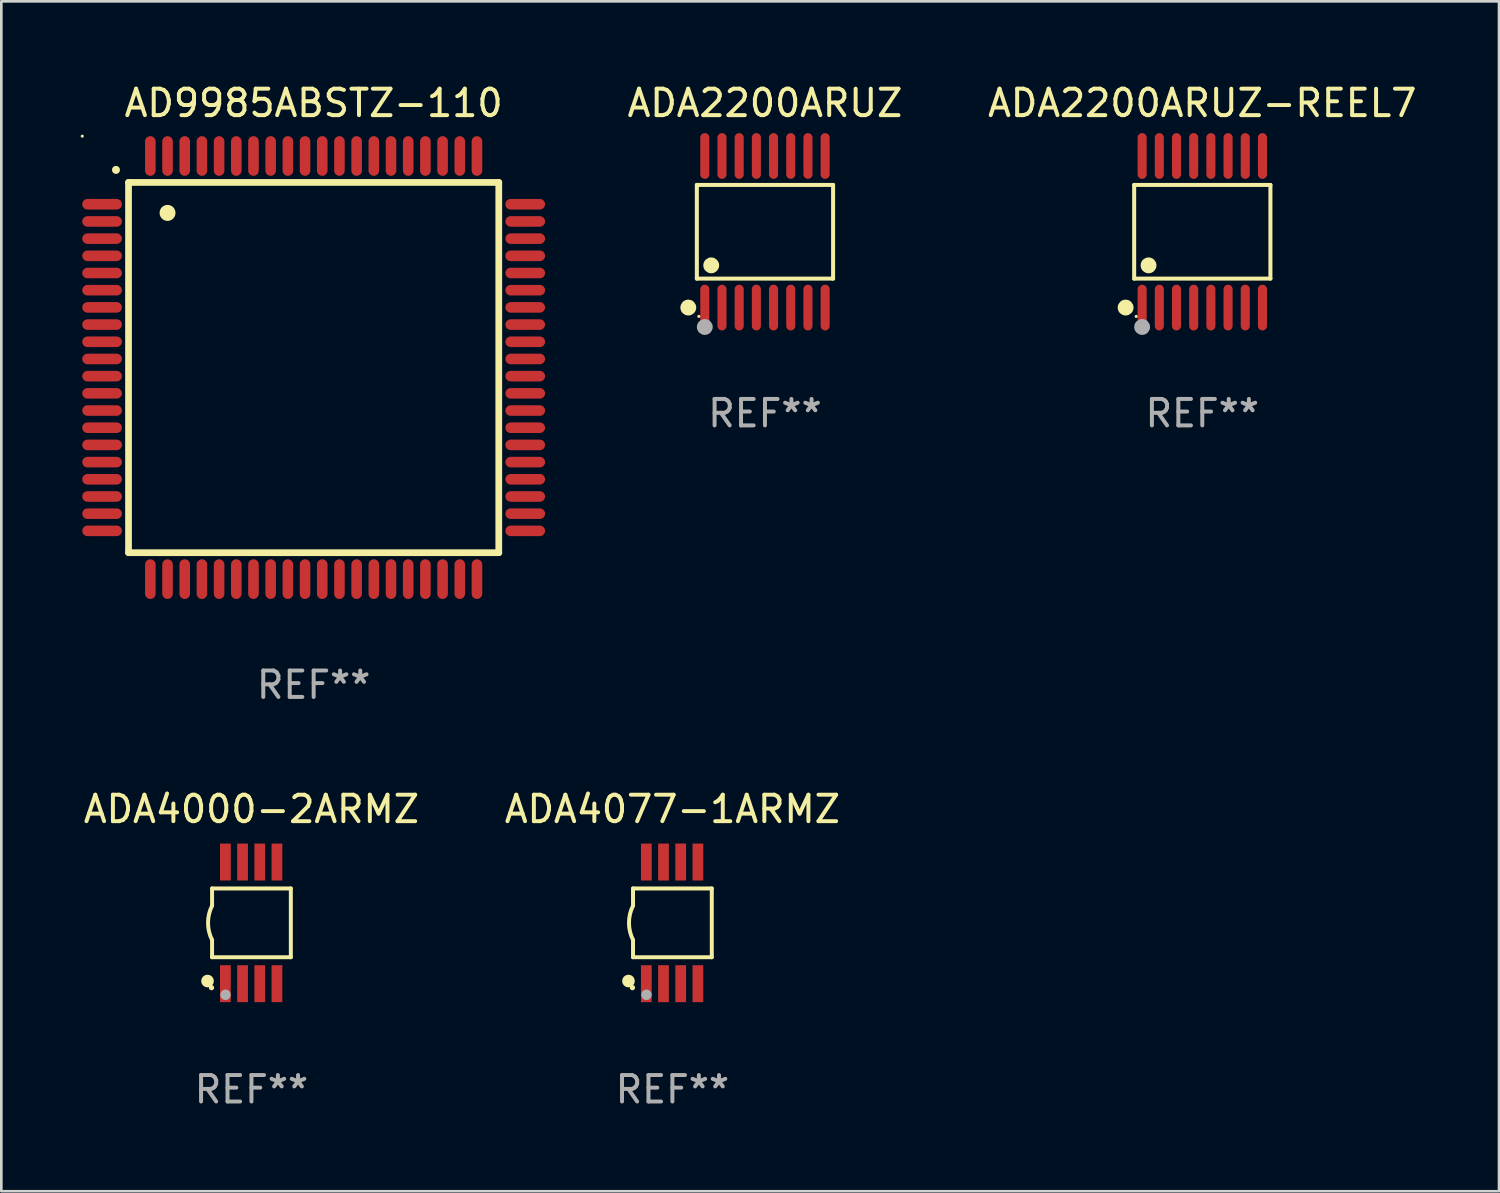
<source format=kicad_pcb>
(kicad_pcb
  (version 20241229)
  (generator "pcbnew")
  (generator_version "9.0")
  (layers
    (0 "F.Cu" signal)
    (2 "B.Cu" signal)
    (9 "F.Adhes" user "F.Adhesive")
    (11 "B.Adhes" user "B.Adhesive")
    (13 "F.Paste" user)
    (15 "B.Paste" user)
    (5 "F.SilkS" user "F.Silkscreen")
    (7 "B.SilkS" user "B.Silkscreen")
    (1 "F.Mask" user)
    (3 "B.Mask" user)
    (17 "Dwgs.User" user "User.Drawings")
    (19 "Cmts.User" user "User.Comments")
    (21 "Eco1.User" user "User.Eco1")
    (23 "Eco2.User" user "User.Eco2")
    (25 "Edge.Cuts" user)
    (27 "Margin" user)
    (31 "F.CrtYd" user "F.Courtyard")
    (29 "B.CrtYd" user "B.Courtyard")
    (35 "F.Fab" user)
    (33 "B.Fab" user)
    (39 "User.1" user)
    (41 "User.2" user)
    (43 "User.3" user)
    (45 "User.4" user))
  (footprint "ADA4077-1ARMZ"
    (layer "F.Cu")
    (at 22.375 31.845)
    (property "Reference" "ADA4077-1ARMZ" (at 0 -4.3 0) (layer "F.SilkS") (effects (font (size 1 1) (thickness 0.15))))
    (attr through_hole)
    (fp_line (start -1.489 -1.3) (end -1.489 -0.648) (stroke (width 0.15) (type solid)) (layer "F.SilkS"))
    (fp_line (start -1.489 0.648) (end -1.489 1.3) (stroke (width 0.15) (type solid)) (layer "F.SilkS"))
    (fp_line (start -1.489 1.3) (end 1.489 1.3) (stroke (width 0.15) (type solid)) (layer "F.SilkS"))
    (fp_line (start 1.489 -1.3) (end -1.489 -1.3) (stroke (width 0.15) (type solid)) (layer "F.SilkS"))
    (fp_line (start 1.489 1.3) (end 1.489 -1.3) (stroke (width 0.15) (type solid)) (layer "F.SilkS"))
    (fp_arc (start -1.489205 0.647702) (mid -1.642107 0) (end -1.489205 -0.647701) (stroke (width 0.150013) (type solid)) (layer "F.SilkS"))
    (fp_circle (center -1.661 2.2) (end -1.541 2.2) (stroke (width 0.24) (type solid)) (fill no) (layer "F.SilkS"))
    (fp_circle (center -1.511 2.45) (end -1.461 2.45) (stroke (width 0.1) (type solid)) (fill no) (layer "F.SilkS"))
    (fp_circle (center -0.981 2.72) (end -0.881 2.72) (stroke (width 0.2) (type solid)) (fill no) (layer "F.Fab"))
    (fp_text user "REF**" (at 0 6.3 0) (layer "F.Fab") (effects (font (size 1 1) (thickness 0.15))))
    (pad "1" smd rect (at -0.986 2.3) (size 0.406 1.397) (layers "F.Cu" "F.Mask" "F.Paste"))
    (pad "2" smd rect (at -0.336 2.3) (size 0.406 1.397) (layers "F.Cu" "F.Mask" "F.Paste"))
    (pad "3" smd rect (at 0.314 2.3) (size 0.406 1.397) (layers "F.Cu" "F.Mask" "F.Paste"))
    (pad "4" smd rect (at 0.964 2.3) (size 0.406 1.397) (layers "F.Cu" "F.Mask" "F.Paste"))
    (pad "5" smd rect (at 0.964 -2.3) (size 0.406 1.397) (layers "F.Cu" "F.Mask" "F.Paste"))
    (pad "6" smd rect (at 0.314 -2.3) (size 0.406 1.397) (layers "F.Cu" "F.Mask" "F.Paste"))
    (pad "7" smd rect (at -0.336 -2.3) (size 0.406 1.397) (layers "F.Cu" "F.Mask" "F.Paste"))
    (pad "8" smd rect (at -0.986 -2.3) (size 0.406 1.397) (layers "F.Cu" "F.Mask" "F.Paste")))
  (footprint "ADA2200ARUZ"
    (layer "F.Cu")
    (at 25.875 5.714)
    (property "Reference" "ADA2200ARUZ" (at 0 -4.866 0) (layer "F.SilkS") (effects (font (size 1 1) (thickness 0.15))))
    (attr through_hole)
    (fp_line (start -2.576 -1.772) (end 2.576 -1.772) (stroke (width 0.152) (type solid)) (layer "F.SilkS"))
    (fp_line (start -2.576 1.771) (end -2.576 -1.772) (stroke (width 0.152) (type solid)) (layer "F.SilkS"))
    (fp_line (start 2.576 -1.772) (end 2.576 1.771) (stroke (width 0.152) (type solid)) (layer "F.SilkS"))
    (fp_line (start 2.576 1.771) (end -2.576 1.771) (stroke (width 0.152) (type solid)) (layer "F.SilkS"))
    (fp_circle (center -2.899 2.866) (end -2.749 2.866) (stroke (width 0.3) (type solid)) (fill no) (layer "F.SilkS"))
    (fp_circle (center -2.5 3.2) (end -2.47 3.2) (stroke (width 0.06) (type solid)) (fill no) (layer "F.SilkS"))
    (fp_circle (center -2.032 1.27) (end -1.882 1.27) (stroke (width 0.3) (type solid)) (fill no) (layer "F.SilkS"))
    (fp_circle (center -2.275 3.6) (end -2.125 3.6) (stroke (width 0.3) (type solid)) (fill no) (layer "F.Fab"))
    (fp_text user "REF**" (at 0 6.866 0) (layer "F.Fab") (effects (font (size 1 1) (thickness 0.15))))
    (pad "1" smd oval (at -2.275 2.866) (size 0.343 1.731) (layers "F.Cu" "F.Mask" "F.Paste"))
    (pad "2" smd oval (at -1.625 2.866) (size 0.343 1.731) (layers "F.Cu" "F.Mask" "F.Paste"))
    (pad "3" smd oval (at -0.975 2.866) (size 0.343 1.731) (layers "F.Cu" "F.Mask" "F.Paste"))
    (pad "4" smd oval (at -0.325 2.866) (size 0.343 1.731) (layers "F.Cu" "F.Mask" "F.Paste"))
    (pad "5" smd oval (at 0.325 2.866) (size 0.343 1.731) (layers "F.Cu" "F.Mask" "F.Paste"))
    (pad "6" smd oval (at 0.975 2.866) (size 0.343 1.731) (layers "F.Cu" "F.Mask" "F.Paste"))
    (pad "7" smd oval (at 1.625 2.866) (size 0.343 1.731) (layers "F.Cu" "F.Mask" "F.Paste"))
    (pad "8" smd oval (at 2.275 2.866) (size 0.343 1.731) (layers "F.Cu" "F.Mask" "F.Paste"))
    (pad "9" smd oval (at 2.275 -2.866) (size 0.343 1.731) (layers "F.Cu" "F.Mask" "F.Paste"))
    (pad "10" smd oval (at 1.625 -2.866) (size 0.343 1.731) (layers "F.Cu" "F.Mask" "F.Paste"))
    (pad "11" smd oval (at 0.975 -2.866) (size 0.343 1.731) (layers "F.Cu" "F.Mask" "F.Paste"))
    (pad "12" smd oval (at 0.325 -2.866) (size 0.343 1.731) (layers "F.Cu" "F.Mask" "F.Paste"))
    (pad "13" smd oval (at -0.325 -2.866) (size 0.343 1.731) (layers "F.Cu" "F.Mask" "F.Paste"))
    (pad "14" smd oval (at -0.975 -2.866) (size 0.343 1.731) (layers "F.Cu" "F.Mask" "F.Paste"))
    (pad "15" smd oval (at -1.625 -2.866) (size 0.343 1.731) (layers "F.Cu" "F.Mask" "F.Paste"))
    (pad "16" smd oval (at -2.275 -2.866) (size 0.343 1.731) (layers "F.Cu" "F.Mask" "F.Paste")))
  (footprint "ADA2200ARUZ-REEL7"
    (layer "F.Cu")
    (at 42.411 5.714)
    (property "Reference" "ADA2200ARUZ-REEL7" (at 0 -4.866 0) (layer "F.SilkS") (effects (font (size 1 1) (thickness 0.15))))
    (attr through_hole)
    (fp_line (start -2.576 -1.772) (end 2.576 -1.772) (stroke (width 0.152) (type solid)) (layer "F.SilkS"))
    (fp_line (start -2.576 1.771) (end -2.576 -1.772) (stroke (width 0.152) (type solid)) (layer "F.SilkS"))
    (fp_line (start 2.576 -1.772) (end 2.576 1.771) (stroke (width 0.152) (type solid)) (layer "F.SilkS"))
    (fp_line (start 2.576 1.771) (end -2.576 1.771) (stroke (width 0.152) (type solid)) (layer "F.SilkS"))
    (fp_circle (center -2.899 2.866) (end -2.749 2.866) (stroke (width 0.3) (type solid)) (fill no) (layer "F.SilkS"))
    (fp_circle (center -2.5 3.2) (end -2.47 3.2) (stroke (width 0.06) (type solid)) (fill no) (layer "F.SilkS"))
    (fp_circle (center -2.032 1.27) (end -1.882 1.27) (stroke (width 0.3) (type solid)) (fill no) (layer "F.SilkS"))
    (fp_circle (center -2.275 3.6) (end -2.125 3.6) (stroke (width 0.3) (type solid)) (fill no) (layer "F.Fab"))
    (fp_text user "REF**" (at 0 6.866 0) (layer "F.Fab") (effects (font (size 1 1) (thickness 0.15))))
    (pad "1" smd oval (at -2.275 2.866) (size 0.343 1.731) (layers "F.Cu" "F.Mask" "F.Paste"))
    (pad "2" smd oval (at -1.625 2.866) (size 0.343 1.731) (layers "F.Cu" "F.Mask" "F.Paste"))
    (pad "3" smd oval (at -0.975 2.866) (size 0.343 1.731) (layers "F.Cu" "F.Mask" "F.Paste"))
    (pad "4" smd oval (at -0.325 2.866) (size 0.343 1.731) (layers "F.Cu" "F.Mask" "F.Paste"))
    (pad "5" smd oval (at 0.325 2.866) (size 0.343 1.731) (layers "F.Cu" "F.Mask" "F.Paste"))
    (pad "6" smd oval (at 0.975 2.866) (size 0.343 1.731) (layers "F.Cu" "F.Mask" "F.Paste"))
    (pad "7" smd oval (at 1.625 2.866) (size 0.343 1.731) (layers "F.Cu" "F.Mask" "F.Paste"))
    (pad "8" smd oval (at 2.275 2.866) (size 0.343 1.731) (layers "F.Cu" "F.Mask" "F.Paste"))
    (pad "9" smd oval (at 2.275 -2.866) (size 0.343 1.731) (layers "F.Cu" "F.Mask" "F.Paste"))
    (pad "10" smd oval (at 1.625 -2.866) (size 0.343 1.731) (layers "F.Cu" "F.Mask" "F.Paste"))
    (pad "11" smd oval (at 0.975 -2.866) (size 0.343 1.731) (layers "F.Cu" "F.Mask" "F.Paste"))
    (pad "12" smd oval (at 0.325 -2.866) (size 0.343 1.731) (layers "F.Cu" "F.Mask" "F.Paste"))
    (pad "13" smd oval (at -0.325 -2.866) (size 0.343 1.731) (layers "F.Cu" "F.Mask" "F.Paste"))
    (pad "14" smd oval (at -0.975 -2.866) (size 0.343 1.731) (layers "F.Cu" "F.Mask" "F.Paste"))
    (pad "15" smd oval (at -1.625 -2.866) (size 0.343 1.731) (layers "F.Cu" "F.Mask" "F.Paste"))
    (pad "16" smd oval (at -2.275 -2.866) (size 0.343 1.731) (layers "F.Cu" "F.Mask" "F.Paste")))
  (footprint "ADA4000-2ARMZ"
    (layer "F.Cu")
    (at 6.458 31.845)
    (property "Reference" "ADA4000-2ARMZ" (at 0 -4.3 0) (layer "F.SilkS") (effects (font (size 1 1) (thickness 0.15))))
    (attr through_hole)
    (fp_line (start -1.489 -1.3) (end -1.489 -0.648) (stroke (width 0.15) (type solid)) (layer "F.SilkS"))
    (fp_line (start -1.489 0.648) (end -1.489 1.3) (stroke (width 0.15) (type solid)) (layer "F.SilkS"))
    (fp_line (start -1.489 1.3) (end 1.489 1.3) (stroke (width 0.15) (type solid)) (layer "F.SilkS"))
    (fp_line (start 1.489 -1.3) (end -1.489 -1.3) (stroke (width 0.15) (type solid)) (layer "F.SilkS"))
    (fp_line (start 1.489 1.3) (end 1.489 -1.3) (stroke (width 0.15) (type solid)) (layer "F.SilkS"))
    (fp_arc (start -1.489205 0.647702) (mid -1.642107 0) (end -1.489205 -0.647701) (stroke (width 0.150013) (type solid)) (layer "F.SilkS"))
    (fp_circle (center -1.661 2.2) (end -1.541 2.2) (stroke (width 0.24) (type solid)) (fill no) (layer "F.SilkS"))
    (fp_circle (center -1.511 2.45) (end -1.461 2.45) (stroke (width 0.1) (type solid)) (fill no) (layer "F.SilkS"))
    (fp_circle (center -0.981 2.72) (end -0.881 2.72) (stroke (width 0.2) (type solid)) (fill no) (layer "F.Fab"))
    (fp_text user "REF**" (at 0 6.3 0) (layer "F.Fab") (effects (font (size 1 1) (thickness 0.15))))
    (pad "1" smd rect (at -0.986 2.3) (size 0.406 1.397) (layers "F.Cu" "F.Mask" "F.Paste"))
    (pad "2" smd rect (at -0.336 2.3) (size 0.406 1.397) (layers "F.Cu" "F.Mask" "F.Paste"))
    (pad "3" smd rect (at 0.314 2.3) (size 0.406 1.397) (layers "F.Cu" "F.Mask" "F.Paste"))
    (pad "4" smd rect (at 0.964 2.3) (size 0.406 1.397) (layers "F.Cu" "F.Mask" "F.Paste"))
    (pad "5" smd rect (at 0.964 -2.3) (size 0.406 1.397) (layers "F.Cu" "F.Mask" "F.Paste"))
    (pad "6" smd rect (at 0.314 -2.3) (size 0.406 1.397) (layers "F.Cu" "F.Mask" "F.Paste"))
    (pad "7" smd rect (at -0.336 -2.3) (size 0.406 1.397) (layers "F.Cu" "F.Mask" "F.Paste"))
    (pad "8" smd rect (at -0.986 -2.3) (size 0.406 1.397) (layers "F.Cu" "F.Mask" "F.Paste")))
  (footprint "AD9985ABSTZ-110"
    (layer "F.Cu")
    (at 8.81 10.848)
    (property "Reference" "AD9985ABSTZ-110" (at 0 -10 0) (layer "F.SilkS") (effects (font (size 1 1) (thickness 0.15))))
    (attr through_hole)
    (fp_line (start -7 -7) (end -7 7) (stroke (width 0.254) (type solid)) (layer "F.SilkS"))
    (fp_line (start 7 -7) (end -7 -7) (stroke (width 0.254) (type solid)) (layer "F.SilkS"))
    (fp_line (start 7 -7) (end 7 7) (stroke (width 0.254) (type solid)) (layer "F.SilkS"))
    (fp_line (start 7 7) (end -7 7) (stroke (width 0.254) (type solid)) (layer "F.SilkS"))
    (fp_arc (start -7.475006 -7.472466) (mid -7.475011 -7.473736) (end -7.475006 -7.475006) (stroke (width 0.3) (type solid)) (layer "F.SilkS"))
    (fp_arc (start -5.525019 -5.844933) (mid -5.52503 -5.847473) (end -5.525019 -5.850013) (stroke (width 0.6) (type solid)) (layer "F.SilkS"))
    (fp_circle (center -8.75 -8.75) (end -8.72 -8.75) (stroke (width 0.06) (type solid)) (fill no) (layer "F.SilkS"))
    (fp_text user "REF**" (at 0 12 0) (layer "F.Fab") (effects (font (size 1 1) (thickness 0.15))))
    (pad "1" smd oval (at -8 -6.175 90) (size 0.4 1.5) (layers "F.Cu" "F.Mask" "F.Paste"))
    (pad "2" smd oval (at -8 -5.525 90) (size 0.4 1.5) (layers "F.Cu" "F.Mask" "F.Paste"))
    (pad "3" smd oval (at -8 -4.875 90) (size 0.4 1.5) (layers "F.Cu" "F.Mask" "F.Paste"))
    (pad "4" smd oval (at -8 -4.225 90) (size 0.4 1.5) (layers "F.Cu" "F.Mask" "F.Paste"))
    (pad "5" smd oval (at -8 -3.575 90) (size 0.4 1.5) (layers "F.Cu" "F.Mask" "F.Paste"))
    (pad "6" smd oval (at -8 -2.925 90) (size 0.4 1.5) (layers "F.Cu" "F.Mask" "F.Paste"))
    (pad "7" smd oval (at -8 -2.275 90) (size 0.4 1.5) (layers "F.Cu" "F.Mask" "F.Paste"))
    (pad "8" smd oval (at -8 -1.625 90) (size 0.4 1.5) (layers "F.Cu" "F.Mask" "F.Paste"))
    (pad "9" smd oval (at -8 -0.975 90) (size 0.4 1.5) (layers "F.Cu" "F.Mask" "F.Paste"))
    (pad "10" smd oval (at -8 -0.325 90) (size 0.4 1.5) (layers "F.Cu" "F.Mask" "F.Paste"))
    (pad "11" smd oval (at -8 0.325 90) (size 0.4 1.5) (layers "F.Cu" "F.Mask" "F.Paste"))
    (pad "12" smd oval (at -8 0.975 90) (size 0.4 1.5) (layers "F.Cu" "F.Mask" "F.Paste"))
    (pad "13" smd oval (at -8 1.625 90) (size 0.4 1.5) (layers "F.Cu" "F.Mask" "F.Paste"))
    (pad "14" smd oval (at -8 2.275 90) (size 0.4 1.5) (layers "F.Cu" "F.Mask" "F.Paste"))
    (pad "15" smd oval (at -8 2.925 90) (size 0.4 1.5) (layers "F.Cu" "F.Mask" "F.Paste"))
    (pad "16" smd oval (at -8 3.575 90) (size 0.4 1.5) (layers "F.Cu" "F.Mask" "F.Paste"))
    (pad "17" smd oval (at -8 4.225 90) (size 0.4 1.5) (layers "F.Cu" "F.Mask" "F.Paste"))
    (pad "18" smd oval (at -8 4.875 90) (size 0.4 1.5) (layers "F.Cu" "F.Mask" "F.Paste"))
    (pad "19" smd oval (at -8 5.525 90) (size 0.4 1.5) (layers "F.Cu" "F.Mask" "F.Paste"))
    (pad "20" smd oval (at -8 6.175 270) (size 0.4 1.5) (layers "F.Cu" "F.Mask" "F.Paste"))
    (pad "21" smd oval (at -6.175 8 180) (size 0.4 1.5) (layers "F.Cu" "F.Mask" "F.Paste"))
    (pad "22" smd oval (at -5.525 8) (size 0.4 1.5) (layers "F.Cu" "F.Mask" "F.Paste"))
    (pad "23" smd oval (at -4.875 8) (size 0.4 1.5) (layers "F.Cu" "F.Mask" "F.Paste"))
    (pad "24" smd oval (at -4.225 8) (size 0.4 1.5) (layers "F.Cu" "F.Mask" "F.Paste"))
    (pad "25" smd oval (at -3.575 8) (size 0.4 1.5) (layers "F.Cu" "F.Mask" "F.Paste"))
    (pad "26" smd oval (at -2.925 8) (size 0.4 1.5) (layers "F.Cu" "F.Mask" "F.Paste"))
    (pad "27" smd oval (at -2.275 8) (size 0.4 1.5) (layers "F.Cu" "F.Mask" "F.Paste"))
    (pad "28" smd oval (at -1.625 8) (size 0.4 1.5) (layers "F.Cu" "F.Mask" "F.Paste"))
    (pad "29" smd oval (at -0.975 8) (size 0.4 1.5) (layers "F.Cu" "F.Mask" "F.Paste"))
    (pad "30" smd oval (at -0.325 8) (size 0.4 1.5) (layers "F.Cu" "F.Mask" "F.Paste"))
    (pad "31" smd oval (at 0.325 8) (size 0.4 1.5) (layers "F.Cu" "F.Mask" "F.Paste"))
    (pad "32" smd oval (at 0.975 8) (size 0.4 1.5) (layers "F.Cu" "F.Mask" "F.Paste"))
    (pad "33" smd oval (at 1.625 8) (size 0.4 1.5) (layers "F.Cu" "F.Mask" "F.Paste"))
    (pad "34" smd oval (at 2.275 8) (size 0.4 1.5) (layers "F.Cu" "F.Mask" "F.Paste"))
    (pad "35" smd oval (at 2.925 8) (size 0.4 1.5) (layers "F.Cu" "F.Mask" "F.Paste"))
    (pad "36" smd oval (at 3.575 8) (size 0.4 1.5) (layers "F.Cu" "F.Mask" "F.Paste"))
    (pad "37" smd oval (at 4.225 8) (size 0.4 1.5) (layers "F.Cu" "F.Mask" "F.Paste"))
    (pad "38" smd oval (at 4.875 8) (size 0.4 1.5) (layers "F.Cu" "F.Mask" "F.Paste"))
    (pad "39" smd oval (at 5.525 8) (size 0.4 1.5) (layers "F.Cu" "F.Mask" "F.Paste"))
    (pad "40" smd oval (at 6.175 8) (size 0.4 1.5) (layers "F.Cu" "F.Mask" "F.Paste"))
    (pad "41" smd oval (at 8 6.175 270) (size 0.4 1.5) (layers "F.Cu" "F.Mask" "F.Paste"))
    (pad "42" smd oval (at 8 5.525 90) (size 0.4 1.5) (layers "F.Cu" "F.Mask" "F.Paste"))
    (pad "43" smd oval (at 8 4.875 90) (size 0.4 1.5) (layers "F.Cu" "F.Mask" "F.Paste"))
    (pad "44" smd oval (at 8 4.225 90) (size 0.4 1.5) (layers "F.Cu" "F.Mask" "F.Paste"))
    (pad "45" smd oval (at 8 3.575 90) (size 0.4 1.5) (layers "F.Cu" "F.Mask" "F.Paste"))
    (pad "46" smd oval (at 8 2.925 90) (size 0.4 1.5) (layers "F.Cu" "F.Mask" "F.Paste"))
    (pad "47" smd oval (at 8 2.275 90) (size 0.4 1.5) (layers "F.Cu" "F.Mask" "F.Paste"))
    (pad "48" smd oval (at 8 1.625 90) (size 0.4 1.5) (layers "F.Cu" "F.Mask" "F.Paste"))
    (pad "49" smd oval (at 8 0.975 90) (size 0.4 1.5) (layers "F.Cu" "F.Mask" "F.Paste"))
    (pad "50" smd oval (at 8 0.325 90) (size 0.4 1.5) (layers "F.Cu" "F.Mask" "F.Paste"))
    (pad "51" smd oval (at 8 -0.325 90) (size 0.4 1.5) (layers "F.Cu" "F.Mask" "F.Paste"))
    (pad "52" smd oval (at 8 -0.975 90) (size 0.4 1.5) (layers "F.Cu" "F.Mask" "F.Paste"))
    (pad "53" smd oval (at 8 -1.625 90) (size 0.4 1.5) (layers "F.Cu" "F.Mask" "F.Paste"))
    (pad "54" smd oval (at 8 -2.275 90) (size 0.4 1.5) (layers "F.Cu" "F.Mask" "F.Paste"))
    (pad "55" smd oval (at 8 -2.925 90) (size 0.4 1.5) (layers "F.Cu" "F.Mask" "F.Paste"))
    (pad "56" smd oval (at 8 -3.575 90) (size 0.4 1.5) (layers "F.Cu" "F.Mask" "F.Paste"))
    (pad "57" smd oval (at 8 -4.225 90) (size 0.4 1.5) (layers "F.Cu" "F.Mask" "F.Paste"))
    (pad "58" smd oval (at 8 -4.875 90) (size 0.4 1.5) (layers "F.Cu" "F.Mask" "F.Paste"))
    (pad "59" smd oval (at 8 -5.525 90) (size 0.4 1.5) (layers "F.Cu" "F.Mask" "F.Paste"))
    (pad "60" smd oval (at 8 -6.175 90) (size 0.4 1.5) (layers "F.Cu" "F.Mask" "F.Paste"))
    (pad "61" smd oval (at 6.175 -8) (size 0.4 1.5) (layers "F.Cu" "F.Mask" "F.Paste"))
    (pad "62" smd oval (at 5.525 -8) (size 0.4 1.5) (layers "F.Cu" "F.Mask" "F.Paste"))
    (pad "63" smd oval (at 4.875 -8) (size 0.4 1.5) (layers "F.Cu" "F.Mask" "F.Paste"))
    (pad "64" smd oval (at 4.225 -8) (size 0.4 1.5) (layers "F.Cu" "F.Mask" "F.Paste"))
    (pad "65" smd oval (at 3.575 -8) (size 0.4 1.5) (layers "F.Cu" "F.Mask" "F.Paste"))
    (pad "66" smd oval (at 2.925 -8) (size 0.4 1.5) (layers "F.Cu" "F.Mask" "F.Paste"))
    (pad "67" smd oval (at 2.275 -8) (size 0.4 1.5) (layers "F.Cu" "F.Mask" "F.Paste"))
    (pad "68" smd oval (at 1.625 -8) (size 0.4 1.5) (layers "F.Cu" "F.Mask" "F.Paste"))
    (pad "69" smd oval (at 0.975 -8) (size 0.4 1.5) (layers "F.Cu" "F.Mask" "F.Paste"))
    (pad "70" smd oval (at 0.325 -8) (size 0.4 1.5) (layers "F.Cu" "F.Mask" "F.Paste"))
    (pad "71" smd oval (at -0.325 -8) (size 0.4 1.5) (layers "F.Cu" "F.Mask" "F.Paste"))
    (pad "72" smd oval (at -0.975 -8) (size 0.4 1.5) (layers "F.Cu" "F.Mask" "F.Paste"))
    (pad "73" smd oval (at -1.625 -8) (size 0.4 1.5) (layers "F.Cu" "F.Mask" "F.Paste"))
    (pad "74" smd oval (at -2.275 -8) (size 0.4 1.5) (layers "F.Cu" "F.Mask" "F.Paste"))
    (pad "75" smd oval (at -2.925 -8) (size 0.4 1.5) (layers "F.Cu" "F.Mask" "F.Paste"))
    (pad "76" smd oval (at -3.575 -8) (size 0.4 1.5) (layers "F.Cu" "F.Mask" "F.Paste"))
    (pad "77" smd oval (at -4.225 -8) (size 0.4 1.5) (layers "F.Cu" "F.Mask" "F.Paste"))
    (pad "78" smd oval (at -4.875 -8) (size 0.4 1.5) (layers "F.Cu" "F.Mask" "F.Paste"))
    (pad "79" smd oval (at -5.525 -8) (size 0.4 1.5) (layers "F.Cu" "F.Mask" "F.Paste"))
    (pad "80" smd oval (at -6.175 -8 180) (size 0.4 1.5) (layers "F.Cu" "F.Mask" "F.Paste")))
  (gr_rect
    (start -3 -3)
    (end 53.631 41.993)
    (stroke (width 0.1) (type default))
    (fill no)
    (layer "Edge.Cuts")))
</source>
